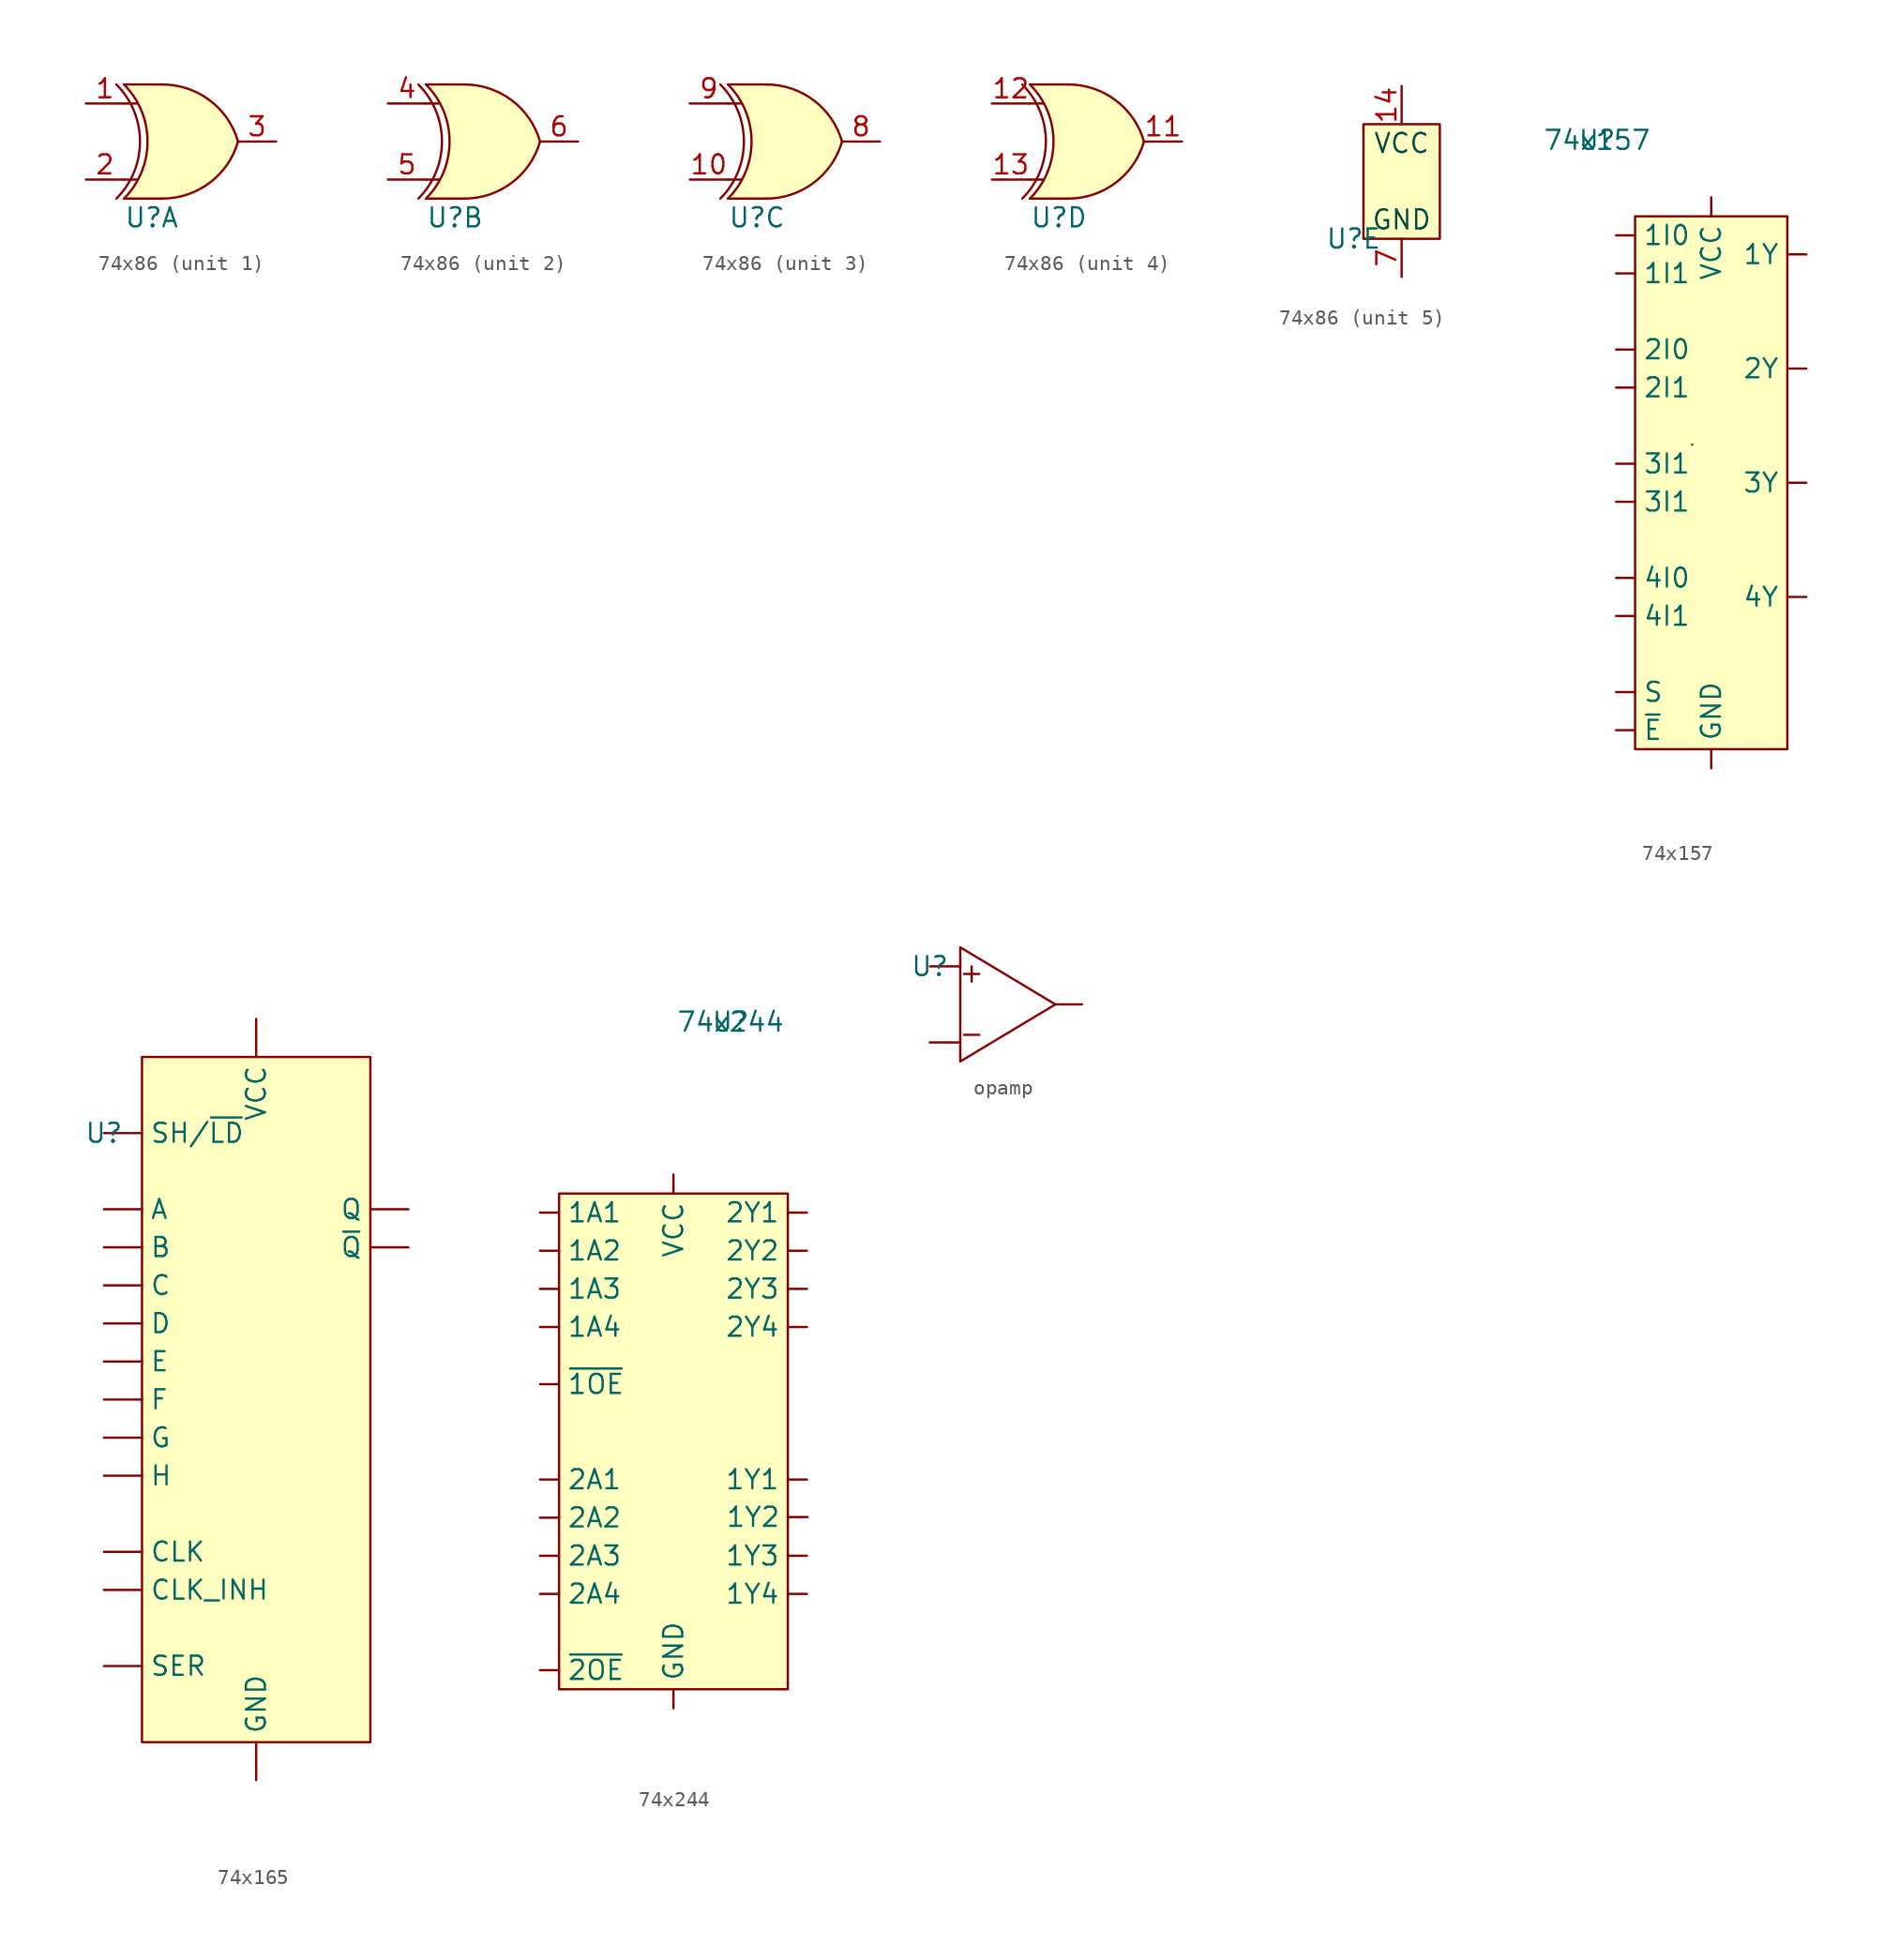
<source format=kicad_sym>
(kicad_symbol_lib
  (version 20231120)
  (generator "kicad_symbol_editor")
  (generator_version "8.0")
  (symbol "74x86"
    (pin_names hide)
    (property "Reference" "U"
      (at 2.54 -7.62 0)
      (effects (font (size 1.27 1.27)) (justify left)))
    (property "Value" ""
      (at 0 0 0)
      (effects (font (size 1.27 1.27))))
    (symbol "74x86_1_0"
      (pin bidirectional line (at 0 0 0) (length 2.54) (name "1A" (effects (font (size 1.27 1.27)))) (number "1" (effects (font (size 1.27 1.27)))))
      (pin bidirectional line (at 0 -5.08 0) (length 2.54) (name "1B" (effects (font (size 1.27 1.27)))) (number "2" (effects (font (size 1.27 1.27)))))
      (pin bidirectional line (at 12.7 -2.54 180) (length 2.54) (name "1Y" (effects (font (size 1.27 1.27)))) (number "3" (effects (font (size 1.27 1.27))))))
    (symbol "74x86_1_1"
      (polyline (pts (xy 2.54 -6.35) (xy 5.08 -6.35)) (stroke (width 0) (type default)) (fill (type none)))
      (polyline (pts (xy 2.54 -5.08) (xy 3.429 -5.08)) (stroke (width 0) (type default)) (fill (type none)))
      (polyline (pts (xy 2.54 0) (xy 3.429 0)) (stroke (width 0) (type default)) (fill (type none)))
      (polyline (pts (xy 2.54 1.27) (xy 5.08 1.27)) (stroke (width 0) (type default)) (fill (type none)))
      (polyline (pts (xy 5.334 1.27) (xy 2.54 1.27) (xy 3.048 0.762) (xy 3.302 0.254) (xy 3.556 -0.254) (xy 3.81 -1.016) (xy 4.064 -2.54) (xy 3.81 -4.064) (xy 3.556 -4.826) (xy 3.302 -5.334) (xy 3.048 -5.842) (xy 2.54 -6.35) (xy 5.334 -6.35)) (stroke (width -0.0001) (type default)) (fill (type background)))
      (arc (start 2.0362 -6.35) (mid 3.6131 -2.54) (end 2.0362 1.27) (stroke (width 0) (type default)) (fill (type none)))
      (arc (start 2.54 -6.35) (mid 4.1169 -2.54) (end 2.54 1.27) (stroke (width 0) (type default)) (fill (type none)))
      (arc (start 5.08 -6.35) (mid 8.2601 -5.2984) (end 10.16 -2.54) (stroke (width 0) (type default)) (fill (type background)))
      (arc (start 10.16 -2.54) (mid 8.2601 0.2184) (end 5.08 1.27) (stroke (width 0) (type default)) (fill (type background))))
    (symbol "74x86_2_0"
      (pin bidirectional line (at 0 0 0) (length 2.54) (name "2A" (effects (font (size 1.27 1.27)))) (number "4" (effects (font (size 1.27 1.27)))))
      (pin bidirectional line (at 0 -5.08 0) (length 2.54) (name "2B" (effects (font (size 1.27 1.27)))) (number "5" (effects (font (size 1.27 1.27)))))
      (pin bidirectional line (at 12.7 -2.54 180) (length 2.54) (name "2Y" (effects (font (size 1.27 1.27)))) (number "6" (effects (font (size 1.27 1.27))))))
    (symbol "74x86_2_1"
      (polyline (pts (xy 2.544 -6.35) (xy 5.084 -6.35)) (stroke (width 0) (type default)) (fill (type none)))
      (polyline (pts (xy 2.544 -5.08) (xy 3.433 -5.08)) (stroke (width 0) (type default)) (fill (type none)))
      (polyline (pts (xy 2.544 0) (xy 3.433 0)) (stroke (width 0) (type default)) (fill (type none)))
      (polyline (pts (xy 2.544 1.27) (xy 5.084 1.27)) (stroke (width 0) (type default)) (fill (type none)))
      (polyline (pts (xy 5.334 1.27) (xy 2.544 1.27) (xy 3.052 0.762) (xy 3.306 0.254) (xy 3.56 -0.254) (xy 3.814 -1.016) (xy 4.068 -2.54) (xy 3.814 -4.064) (xy 3.56 -4.826) (xy 3.306 -5.334) (xy 3.052 -5.842) (xy 2.544 -6.35) (xy 5.334 -6.35)) (stroke (width -0.0001) (type default)) (fill (type background)))
      (arc (start 2.0363 -6.35) (mid 3.6132 -2.54) (end 2.0363 1.27) (stroke (width 0) (type default)) (fill (type none)))
      (arc (start 2.5443 -6.35) (mid 4.1212 -2.54) (end 2.5443 1.27) (stroke (width 0) (type default)) (fill (type none)))
      (arc (start 5.0843 -6.35) (mid 8.2643 -5.2984) (end 10.1643 -2.54) (stroke (width 0) (type default)) (fill (type background)))
      (arc (start 10.1643 -2.54) (mid 8.2644 0.2185) (end 5.0843 1.27) (stroke (width 0) (type default)) (fill (type background))))
    (symbol "74x86_3_0"
      (pin bidirectional line (at 0 -5.08 0) (length 2.54) (name "3B" (effects (font (size 1.27 1.27)))) (number "10" (effects (font (size 1.27 1.27)))))
      (pin bidirectional line (at 12.7 -2.54 180) (length 2.54) (name "3Y" (effects (font (size 1.27 1.27)))) (number "8" (effects (font (size 1.27 1.27)))))
      (pin bidirectional line (at 0 0 0) (length 2.54) (name "3A" (effects (font (size 1.27 1.27)))) (number "9" (effects (font (size 1.27 1.27))))))
    (symbol "74x86_3_1"
      (polyline (pts (xy 2.544 -6.35) (xy 5.084 -6.35)) (stroke (width 0) (type default)) (fill (type none)))
      (polyline (pts (xy 2.544 -5.08) (xy 3.433 -5.08)) (stroke (width 0) (type default)) (fill (type none)))
      (polyline (pts (xy 2.544 0) (xy 3.433 0)) (stroke (width 0) (type default)) (fill (type none)))
      (polyline (pts (xy 2.544 1.27) (xy 5.084 1.27)) (stroke (width 0) (type default)) (fill (type none)))
      (polyline (pts (xy 5.334 1.27) (xy 2.544 1.27) (xy 3.052 0.762) (xy 3.306 0.254) (xy 3.56 -0.254) (xy 3.814 -1.016) (xy 4.068 -2.54) (xy 3.814 -4.064) (xy 3.56 -4.826) (xy 3.306 -5.334) (xy 3.052 -5.842) (xy 2.544 -6.35) (xy 5.334 -6.35)) (stroke (width -0.0001) (type default)) (fill (type background)))
      (arc (start 2.0363 -6.35) (mid 3.6132 -2.54) (end 2.0363 1.27) (stroke (width 0) (type default)) (fill (type none)))
      (arc (start 2.5443 -6.35) (mid 4.1212 -2.54) (end 2.5443 1.27) (stroke (width 0) (type default)) (fill (type none)))
      (arc (start 5.0843 -6.35) (mid 8.2643 -5.2984) (end 10.1643 -2.54) (stroke (width 0) (type default)) (fill (type background)))
      (arc (start 10.1643 -2.54) (mid 8.2644 0.2185) (end 5.0843 1.27) (stroke (width 0) (type default)) (fill (type background))))
    (symbol "74x86_4_0"
      (pin bidirectional line (at 12.7 -2.54 180) (length 2.54) (name "3Y" (effects (font (size 1.27 1.27)))) (number "11" (effects (font (size 1.27 1.27)))))
      (pin bidirectional line (at 0 0 0) (length 2.54) (name "4A" (effects (font (size 1.27 1.27)))) (number "12" (effects (font (size 1.27 1.27)))))
      (pin bidirectional line (at 0 -5.08 0) (length 2.54) (name "4B" (effects (font (size 1.27 1.27)))) (number "13" (effects (font (size 1.27 1.27))))))
    (symbol "74x86_4_1"
      (polyline (pts (xy 2.544 -6.35) (xy 5.084 -6.35)) (stroke (width 0) (type default)) (fill (type none)))
      (polyline (pts (xy 2.544 -5.08) (xy 3.433 -5.08)) (stroke (width 0) (type default)) (fill (type none)))
      (polyline (pts (xy 2.544 0) (xy 3.433 0)) (stroke (width 0) (type default)) (fill (type none)))
      (polyline (pts (xy 2.544 1.27) (xy 5.084 1.27)) (stroke (width 0) (type default)) (fill (type none)))
      (polyline (pts (xy 5.334 1.27) (xy 2.544 1.27) (xy 3.052 0.762) (xy 3.306 0.254) (xy 3.56 -0.254) (xy 3.814 -1.016) (xy 4.068 -2.54) (xy 3.814 -4.064) (xy 3.56 -4.826) (xy 3.306 -5.334) (xy 3.052 -5.842) (xy 2.544 -6.35) (xy 5.334 -6.35)) (stroke (width -0.0001) (type default)) (fill (type background)))
      (arc (start 2.0363 -6.35) (mid 3.6132 -2.54) (end 2.0363 1.27) (stroke (width 0) (type default)) (fill (type none)))
      (arc (start 2.5443 -6.35) (mid 4.1212 -2.54) (end 2.5443 1.27) (stroke (width 0) (type default)) (fill (type none)))
      (arc (start 5.0843 -6.35) (mid 8.2643 -5.2984) (end 10.1643 -2.54) (stroke (width 0) (type default)) (fill (type background)))
      (arc (start 10.1643 -2.54) (mid 8.2644 0.2185) (end 5.0843 1.27) (stroke (width 0) (type default)) (fill (type background))))
    (symbol "74x86_5_0"
      (pin power_in line (at 7.62 2.54 270) (length 2.54) (name "VCC" (effects (font (size 1.27 1.27)))) (number "14" (effects (font (size 1.27 1.27)))))
      (pin power_in line (at 7.62 -10.16 90) (length 2.54) (name "GND" (effects (font (size 1.27 1.27)))) (number "7" (effects (font (size 1.27 1.27))))))
    (symbol "74x86_5_1"
      (rectangle (start 5.08 0) (end 10.16 -7.62) (stroke (width 0) (type default)) (fill (type background)))
      (text "GND" (at 7.62 -6.35 0) (effects (font (size 1.27 1.27) (color 0 72 72 1))))
      (text "VCC" (at 7.62 -1.27 0) (effects (font (size 1.27 1.27) (color 0 72 72 1))))))
  (symbol "74x157"
    (pin_numbers hide)
    (property "Reference" "U"
      (at 0 0 0)
      (effects (font (size 1.27 1.27))))
    (property "Value" "74x157"
      (at 0 0 0)
      (effects (font (size 1.27 1.27))))
    (symbol "74x157_1_1"
      (polyline (pts (xy 6.35 -20.32) (xy 6.35 -20.32)) (stroke (width 0) (type default)) (fill (type none)))
      (rectangle (start 2.54 -5.08) (end 12.7 -40.64) (stroke (width 0) (type default)) (fill (type background)))
      (pin bidirectional line (at 1.27 -36.83 0) (length 1.27) (name "S" (effects (font (size 1.27 1.27)))) (number "1" (effects (font (size 1.27 1.27)))))
      (pin bidirectional line (at 1.27 -24.13 0) (length 1.27) (name "3I1" (effects (font (size 1.27 1.27)))) (number "10" (effects (font (size 1.27 1.27)))))
      (pin bidirectional line (at 1.27 -21.59 0) (length 1.27) (name "3I1" (effects (font (size 1.27 1.27)))) (number "11" (effects (font (size 1.27 1.27)))))
      (pin bidirectional line (at 13.97 -30.48 180) (length 1.27) (name "4Y" (effects (font (size 1.27 1.27)))) (number "12" (effects (font (size 1.27 1.27)))))
      (pin bidirectional line (at 1.27 -31.75 0) (length 1.27) (name "4I1" (effects (font (size 1.27 1.27)))) (number "13" (effects (font (size 1.27 1.27)))))
      (pin bidirectional line (at 1.27 -29.21 0) (length 1.27) (name "4I0" (effects (font (size 1.27 1.27)))) (number "14" (effects (font (size 1.27 1.27)))))
      (pin bidirectional line (at 1.27 -39.37 0) (length 1.27) (name "~{E}" (effects (font (size 1.27 1.27)))) (number "15" (effects (font (size 1.27 1.27)))))
      (pin bidirectional line (at 7.62 -3.81 270) (length 1.27) (name "VCC" (effects (font (size 1.27 1.27)))) (number "16" (effects (font (size 1.27 1.27)))))
      (pin bidirectional line (at 1.27 -6.35 0) (length 1.27) (name "1I0" (effects (font (size 1.27 1.27)))) (number "2" (effects (font (size 1.27 1.27)))))
      (pin bidirectional line (at 1.27 -8.89 0) (length 1.27) (name "1I1" (effects (font (size 1.27 1.27)))) (number "3" (effects (font (size 1.27 1.27)))))
      (pin bidirectional line (at 13.97 -7.62 180) (length 1.27) (name "1Y" (effects (font (size 1.27 1.27)))) (number "4" (effects (font (size 1.27 1.27)))))
      (pin bidirectional line (at 1.27 -13.97 0) (length 1.27) (name "2I0" (effects (font (size 1.27 1.27)))) (number "5" (effects (font (size 1.27 1.27)))))
      (pin bidirectional line (at 1.27 -16.51 0) (length 1.27) (name "2I1" (effects (font (size 1.27 1.27)))) (number "6" (effects (font (size 1.27 1.27)))))
      (pin bidirectional line (at 13.97 -15.24 180) (length 1.27) (name "2Y" (effects (font (size 1.27 1.27)))) (number "7" (effects (font (size 1.27 1.27)))))
      (pin bidirectional line (at 7.62 -41.91 90) (length 1.27) (name "GND" (effects (font (size 1.27 1.27)))) (number "8" (effects (font (size 1.27 1.27)))))
      (pin bidirectional line (at 13.97 -22.86 180) (length 1.27) (name "3Y" (effects (font (size 1.27 1.27)))) (number "9" (effects (font (size 1.27 1.27)))))))
  (symbol "74x165"
    (pin_numbers hide)
    (property "Reference" "U"
      (at 0 0 0)
      (effects (font (size 1.27 1.27))))
    (property "Value" ""
      (at 0 0 0)
      (effects (font (size 1.27 1.27))))
    (symbol "74x165_1_1"
      (rectangle (start 2.54 5.08) (end 17.78 -40.64) (stroke (width 0) (type default)) (fill (type background)))
      (pin input line (at 0 0 0) (length 2.54) (name "SH/~{LD}" (effects (font (size 1.27 1.27)))) (number "1" (effects (font (size 1.27 1.27)))))
      (pin input line (at 0 -35.56 0) (length 2.54) (name "SER" (effects (font (size 1.27 1.27)))) (number "10" (effects (font (size 1.27 1.27)))))
      (pin input line (at 0 -5.08 0) (length 2.54) (name "A" (effects (font (size 1.27 1.27)))) (number "11" (effects (font (size 1.27 1.27)))))
      (pin input line (at 0 -7.62 0) (length 2.54) (name "B" (effects (font (size 1.27 1.27)))) (number "12" (effects (font (size 1.27 1.27)))))
      (pin input line (at 0 -10.16 0) (length 2.54) (name "C" (effects (font (size 1.27 1.27)))) (number "13" (effects (font (size 1.27 1.27)))))
      (pin input line (at 0 -12.7 0) (length 2.54) (name "D" (effects (font (size 1.27 1.27)))) (number "14" (effects (font (size 1.27 1.27)))))
      (pin input line (at 0 -30.48 0) (length 2.54) (name "CLK_INH" (effects (font (size 1.27 1.27)))) (number "15" (effects (font (size 1.27 1.27)))))
      (pin power_in line (at 10.16 7.62 270) (length 2.54) (name "VCC" (effects (font (size 1.27 1.27)))) (number "16" (effects (font (size 1.27 1.27)))))
      (pin input line (at 0 -27.94 0) (length 2.54) (name "CLK" (effects (font (size 1.27 1.27)))) (number "2" (effects (font (size 1.27 1.27)))))
      (pin input line (at 0 -15.24 0) (length 2.54) (name "E" (effects (font (size 1.27 1.27)))) (number "3" (effects (font (size 1.27 1.27)))))
      (pin input line (at 0 -17.78 0) (length 2.54) (name "F" (effects (font (size 1.27 1.27)))) (number "4" (effects (font (size 1.27 1.27)))))
      (pin input line (at 0 -20.32 0) (length 2.54) (name "G" (effects (font (size 1.27 1.27)))) (number "5" (effects (font (size 1.27 1.27)))))
      (pin input line (at 0 -22.86 0) (length 2.54) (name "H" (effects (font (size 1.27 1.27)))) (number "6" (effects (font (size 1.27 1.27)))))
      (pin output line (at 20.32 -7.62 180) (length 2.54) (name "~{Q}" (effects (font (size 1.27 1.27)))) (number "7" (effects (font (size 1.27 1.27)))))
      (pin power_in line (at 10.16 -43.18 90) (length 2.54) (name "GND" (effects (font (size 1.27 1.27)))) (number "8" (effects (font (size 1.27 1.27)))))
      (pin output line (at 20.32 -5.08 180) (length 2.54) (name "Q" (effects (font (size 1.27 1.27)))) (number "9" (effects (font (size 1.27 1.27)))))))
  (symbol "74x244"
    (pin_numbers hide)
    (property "Reference" "U"
      (at 0 0 0)
      (effects (font (size 1.27 1.27))))
    (property "Value" "74x244"
      (at 0 0 0)
      (effects (font (size 1.27 1.27))))
    (symbol "74x244_1_1"
      (rectangle (start -11.43 -11.43) (end 3.81 -44.45) (stroke (width 0) (type default)) (fill (type background)))
      (pin bidirectional line (at -12.7 -24.13 0) (length 1.27) (name "~{1OE}" (effects (font (size 1.27 1.27)))) (number "1" (effects (font (size 1.27 1.27)))))
      (pin power_in line (at -3.81 -45.72 90) (length 1.27) (name "GND" (effects (font (size 1.27 1.27)))) (number "10" (effects (font (size 1.27 1.27)))))
      (pin input line (at -12.7 -30.48 0) (length 1.27) (name "2A1" (effects (font (size 1.27 1.27)))) (number "11" (effects (font (size 1.27 1.27)))))
      (pin output line (at 5.08 -38.1 180) (length 1.27) (name "1Y4" (effects (font (size 1.27 1.27)))) (number "12" (effects (font (size 1.27 1.27)))))
      (pin input line (at -12.7 -33.02 0) (length 1.27) (name "2A2" (effects (font (size 1.27 1.27)))) (number "13" (effects (font (size 1.27 1.27)))))
      (pin output line (at 5.08 -35.56 180) (length 1.27) (name "1Y3" (effects (font (size 1.27 1.27)))) (number "14" (effects (font (size 1.27 1.27)))))
      (pin input line (at -12.7 -35.56 0) (length 1.27) (name "2A3" (effects (font (size 1.27 1.27)))) (number "15" (effects (font (size 1.27 1.27)))))
      (pin output line (at 5.126 -32.98 180) (length 1.27) (name "1Y2" (effects (font (size 1.27 1.27)))) (number "16" (effects (font (size 1.27 1.27)))))
      (pin input line (at -12.7 -38.1 0) (length 1.27) (name "2A4" (effects (font (size 1.27 1.27)))) (number "17" (effects (font (size 1.27 1.27)))))
      (pin output line (at 5.08 -30.48 180) (length 1.27) (name "1Y1" (effects (font (size 1.27 1.27)))) (number "18" (effects (font (size 1.27 1.27)))))
      (pin bidirectional line (at -12.7 -43.18 0) (length 1.27) (name "~{2OE}" (effects (font (size 1.27 1.27)))) (number "19" (effects (font (size 1.27 1.27)))))
      (pin input line (at -12.7 -12.7 0) (length 1.27) (name "1A1" (effects (font (size 1.27 1.27)))) (number "2" (effects (font (size 1.27 1.27)))))
      (pin power_in line (at -3.81 -10.16 270) (length 1.27) (name "VCC" (effects (font (size 1.27 1.27)))) (number "20" (effects (font (size 1.27 1.27)))))
      (pin output line (at 5.08 -20.32 180) (length 1.27) (name "2Y4" (effects (font (size 1.27 1.27)))) (number "3" (effects (font (size 1.27 1.27)))))
      (pin input line (at -12.7 -15.24 0) (length 1.27) (name "1A2" (effects (font (size 1.27 1.27)))) (number "4" (effects (font (size 1.27 1.27)))))
      (pin output line (at 5.08 -17.78 180) (length 1.27) (name "2Y3" (effects (font (size 1.27 1.27)))) (number "5" (effects (font (size 1.27 1.27)))))
      (pin input line (at -12.7 -17.78 0) (length 1.27) (name "1A3" (effects (font (size 1.27 1.27)))) (number "6" (effects (font (size 1.27 1.27)))))
      (pin output line (at 5.08 -15.24 180) (length 1.27) (name "2Y2" (effects (font (size 1.27 1.27)))) (number "7" (effects (font (size 1.27 1.27)))))
      (pin input line (at -12.7 -20.32 0) (length 1.27) (name "1A4" (effects (font (size 1.27 1.27)))) (number "8" (effects (font (size 1.27 1.27)))))
      (pin output line (at 5.08 -12.7 180) (length 1.27) (name "2Y1" (effects (font (size 1.27 1.27)))) (number "9" (effects (font (size 1.27 1.27)))))))
  (symbol "opamp"
    (pin_numbers hide)
    (pin_names hide)
    (property "Reference" "U"
      (at 0 0 0)
      (effects (font (size 1.27 1.27))))
    (property "Value" ""
      (at 0 0 0)
      (effects (font (size 1.27 1.27))))
    (symbol "opamp_0_1"
      (polyline (pts (xy 8.382 -2.54) (xy 2.032 1.27) (xy 2.032 -6.35) (xy 8.382 -2.54)) (stroke (width 0) (type default)) (fill (type none))))
    (symbol "opamp_1_0"
      (pin bidirectional line (at 0 0 0) (length 2.032) (name "+" (effects (font (size 1.27 1.27)))) (number "1" (effects (font (size 1.27 1.27)))))
      (pin bidirectional line (at 0 -5.08 0) (length 2.032) (name "-" (effects (font (size 1.27 1.27)))) (number "2" (effects (font (size 1.27 1.27)))))
      (pin bidirectional line (at 10.16 -2.54 180) (length 1.778) (name "OUT" (effects (font (size 1.27 1.27)))) (number "3" (effects (font (size 1.27 1.27))))))
    (symbol "opamp_1_1"
      (polyline (pts (xy 2.286 -4.572) (xy 3.302 -4.572)) (stroke (width 0) (type default)) (fill (type none)))
      (polyline (pts (xy 2.286 -0.508) (xy 3.302 -0.508)) (stroke (width 0) (type default)) (fill (type none)))
      (polyline (pts (xy 2.794 0) (xy 2.794 -1.016)) (stroke (width 0) (type default)) (fill (type none))))))
</source>
